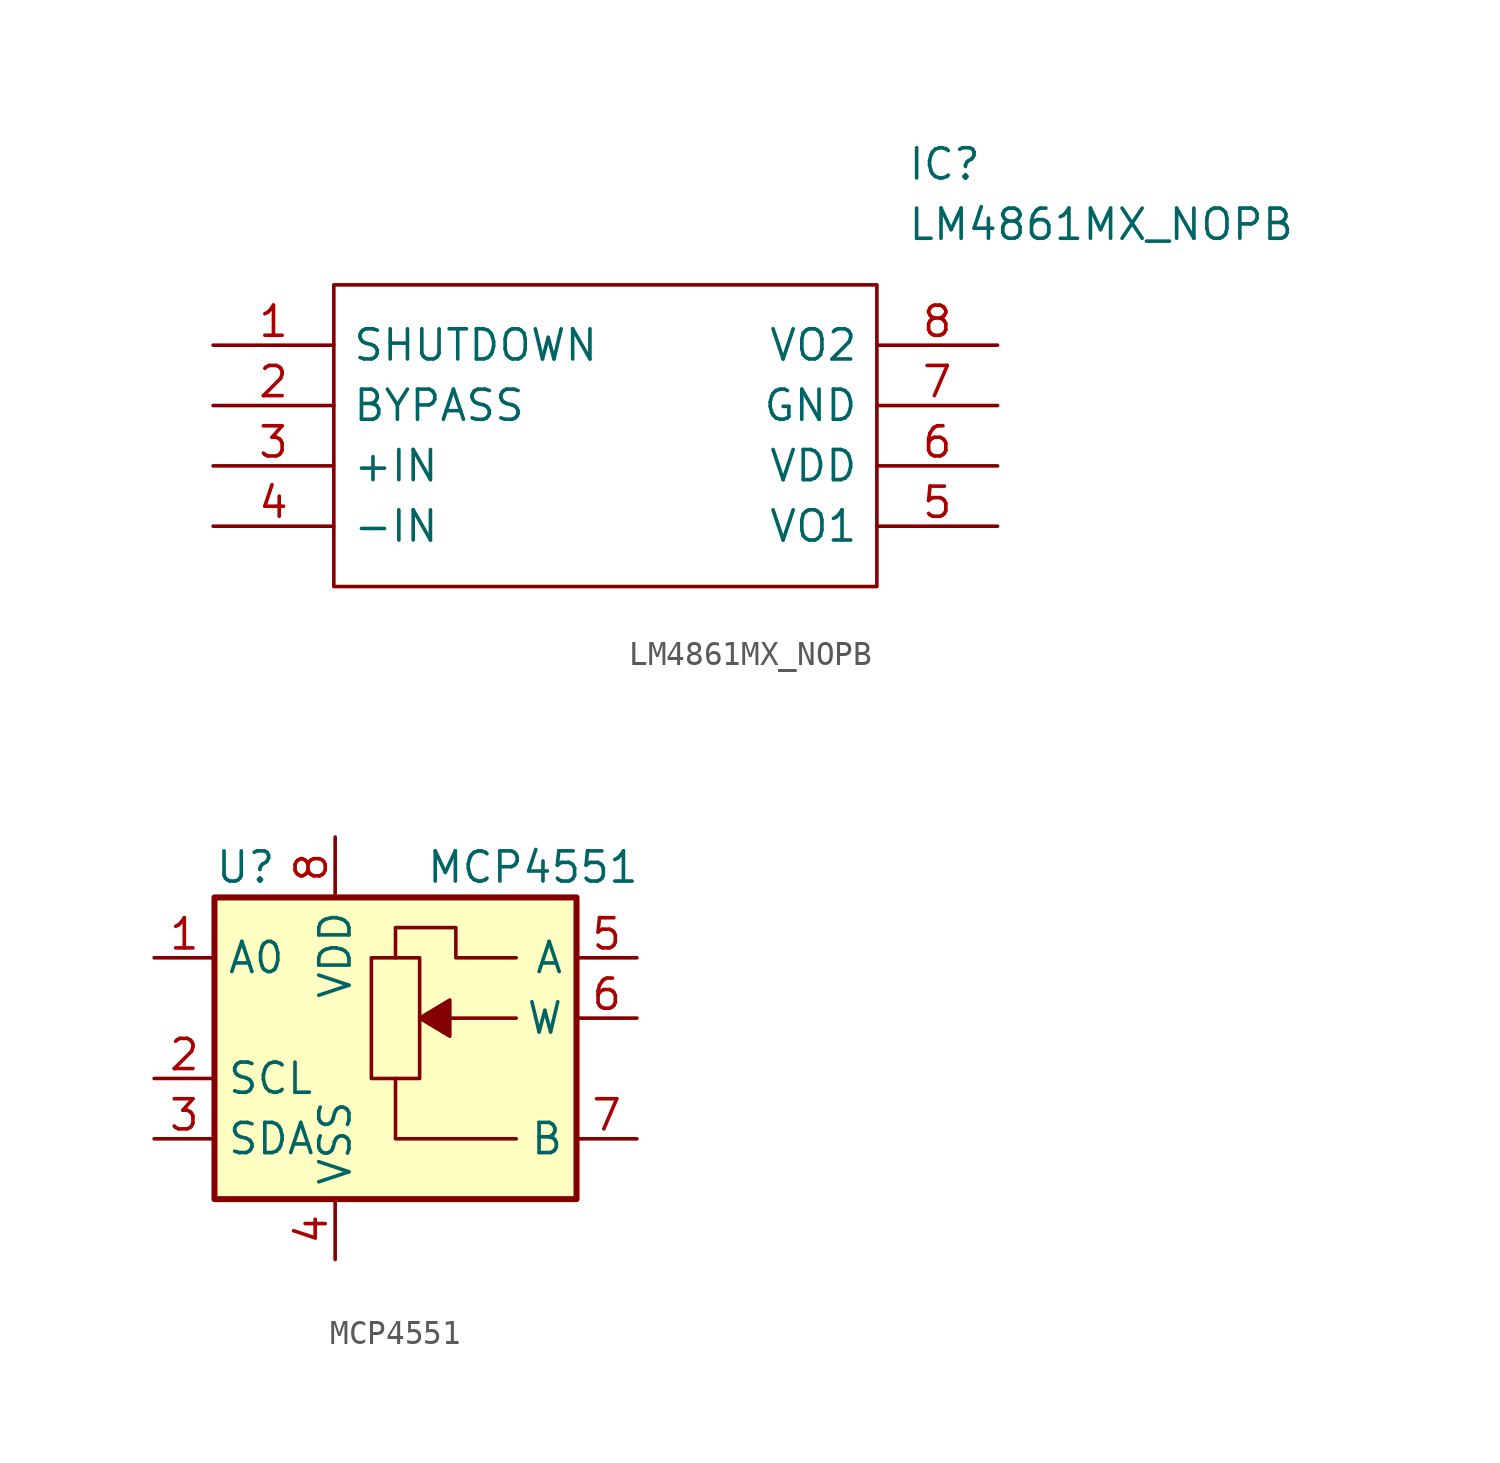
<source format=kicad_sym>
(kicad_symbol_lib
  (version 20210619)
  (generator kicad_symbol_editor)
  (symbol "Module17:LM4861MX_NOPB"
    (pin_names
      (offset 0.762))
    (property "Reference" "IC"
      (at 29.21 7.62 0)
      (effects (font (size 1.27 1.27)) (justify left)))
    (property "Value" "LM4861MX_NOPB"
      (at 29.21 5.08 0)
      (effects (font (size 1.27 1.27)) (justify left)))
    (symbol "LM4861MX_NOPB_0_0"
      (pin passive line (at 0 0 0) (length 5.08) (name "SHUTDOWN" (effects (font (size 1.27 1.27)))) (number "1" (effects (font (size 1.27 1.27)))))
      (pin passive line (at 0 -2.54 0) (length 5.08) (name "BYPASS" (effects (font (size 1.27 1.27)))) (number "2" (effects (font (size 1.27 1.27)))))
      (pin passive line (at 0 -5.08 0) (length 5.08) (name "+IN" (effects (font (size 1.27 1.27)))) (number "3" (effects (font (size 1.27 1.27)))))
      (pin passive line (at 0 -7.62 0) (length 5.08) (name "-IN" (effects (font (size 1.27 1.27)))) (number "4" (effects (font (size 1.27 1.27)))))
      (pin passive line (at 33.02 -7.62 180) (length 5.08) (name "VO1" (effects (font (size 1.27 1.27)))) (number "5" (effects (font (size 1.27 1.27)))))
      (pin passive line (at 33.02 -5.08 180) (length 5.08) (name "VDD" (effects (font (size 1.27 1.27)))) (number "6" (effects (font (size 1.27 1.27)))))
      (pin passive line (at 33.02 -2.54 180) (length 5.08) (name "GND" (effects (font (size 1.27 1.27)))) (number "7" (effects (font (size 1.27 1.27)))))
      (pin passive line (at 33.02 0 180) (length 5.08) (name "VO2" (effects (font (size 1.27 1.27)))) (number "8" (effects (font (size 1.27 1.27))))))
    (symbol "LM4861MX_NOPB_0_1"
      (polyline (pts (xy 5.08 2.54) (xy 27.94 2.54) (xy 27.94 -10.16) (xy 5.08 -10.16) (xy 5.08 2.54)) (stroke (width 0.152)) (fill (type none)))))
  (symbol "Module17:MCP4551"
    (property "Reference" "U"
      (at -7.62 8.89 0)
      (effects (font (size 1.27 1.27)) (justify left)))
    (property "Value" "MCP4551"
      (at 1.27 8.89 0)
      (effects (font (size 1.27 1.27)) (justify left)))
    (symbol "MCP4551_0_1"
      (polyline (pts (xy 0 0) (xy 0 -2.54) (xy 5.08 -2.54)) (stroke (width 0)) (fill (type none)))
      (polyline (pts (xy 5.08 2.54) (xy 3.81 2.54) (xy 1.27 2.54)) (stroke (width 0)) (fill (type none)))
      (polyline (pts (xy 5.08 5.08) (xy 2.54 5.08) (xy 2.54 6.35) (xy 0 6.35) (xy 0 5.08)) (stroke (width 0)) (fill (type none))))
    (symbol "MCP4551_1_1"
      (rectangle (start 1.016 0) (end -1.016 5.08) (stroke (width 0)) (fill (type none)))
      (rectangle (start -7.62 7.62) (end 7.62 -5.08) (stroke (width 0.254)) (fill (type background)))
      (polyline (pts (xy 2.286 1.778) (xy 2.286 3.302) (xy 1.016 2.54) (xy 2.286 1.778)) (stroke (width 0)) (fill (type outline)))
      (pin input line (at -10.16 5.08 0) (length 2.54) (name "A0" (effects (font (size 1.27 1.27)))) (number "1" (effects (font (size 1.27 1.27)))))
      (pin input line (at -10.16 0 0) (length 2.54) (name "SCL" (effects (font (size 1.27 1.27)))) (number "2" (effects (font (size 1.27 1.27)))))
      (pin input line (at -10.16 -2.54 0) (length 2.54) (name "SDA" (effects (font (size 1.27 1.27)))) (number "3" (effects (font (size 1.27 1.27)))))
      (pin power_in line (at -2.54 -7.62 90) (length 2.54) (name "VSS" (effects (font (size 1.27 1.27)))) (number "4" (effects (font (size 1.27 1.27)))))
      (pin passive line (at 10.16 5.08 180) (length 2.54) (name "A" (effects (font (size 1.27 1.27)))) (number "5" (effects (font (size 1.27 1.27)))))
      (pin passive line (at 10.16 2.54 180) (length 2.54) (name "W" (effects (font (size 1.27 1.27)))) (number "6" (effects (font (size 1.27 1.27)))))
      (pin passive line (at 10.16 -2.54 180) (length 2.54) (name "B" (effects (font (size 1.27 1.27)))) (number "7" (effects (font (size 1.27 1.27)))))
      (pin power_in line (at -2.54 10.16 270) (length 2.54) (name "VDD" (effects (font (size 1.27 1.27)))) (number "8" (effects (font (size 1.27 1.27))))))))
</source>
